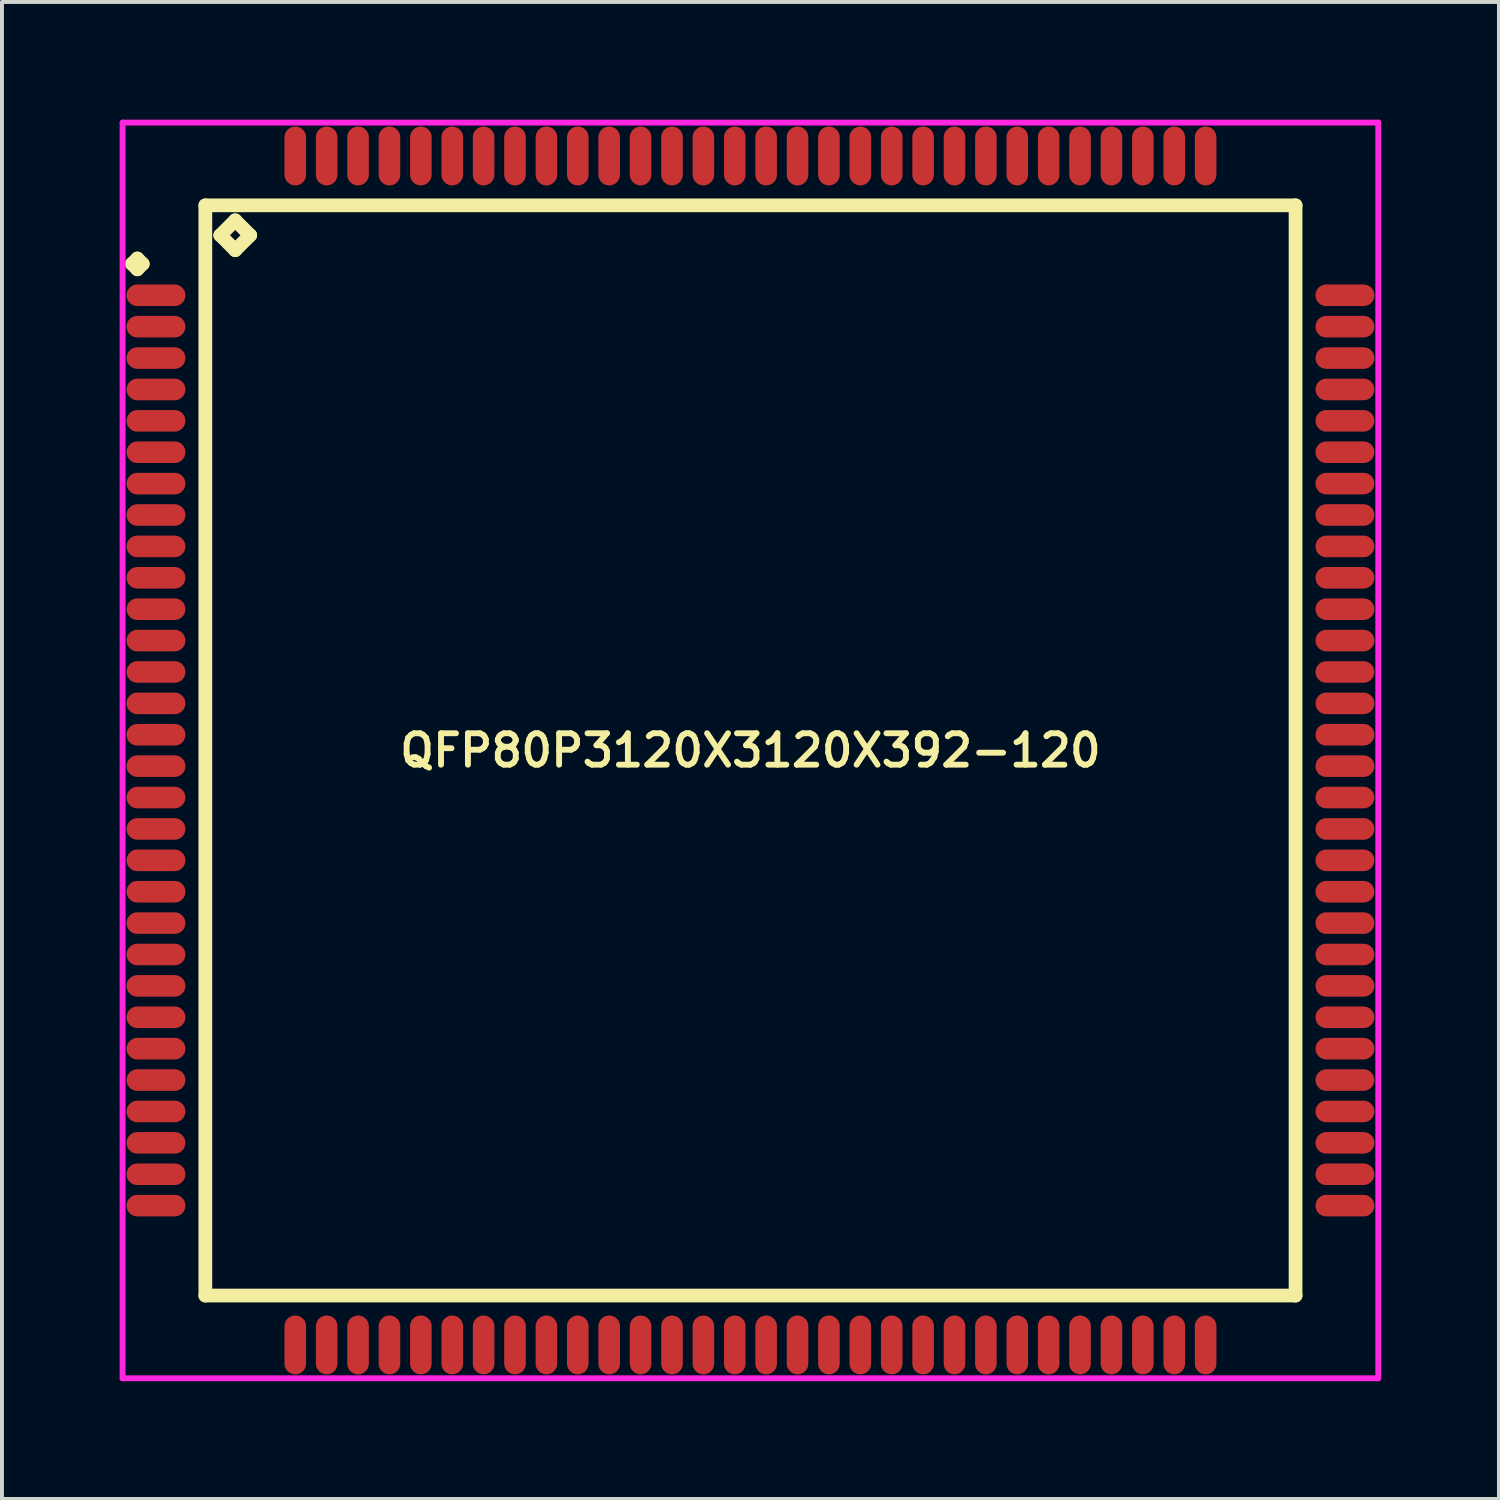
<source format=kicad_pcb>
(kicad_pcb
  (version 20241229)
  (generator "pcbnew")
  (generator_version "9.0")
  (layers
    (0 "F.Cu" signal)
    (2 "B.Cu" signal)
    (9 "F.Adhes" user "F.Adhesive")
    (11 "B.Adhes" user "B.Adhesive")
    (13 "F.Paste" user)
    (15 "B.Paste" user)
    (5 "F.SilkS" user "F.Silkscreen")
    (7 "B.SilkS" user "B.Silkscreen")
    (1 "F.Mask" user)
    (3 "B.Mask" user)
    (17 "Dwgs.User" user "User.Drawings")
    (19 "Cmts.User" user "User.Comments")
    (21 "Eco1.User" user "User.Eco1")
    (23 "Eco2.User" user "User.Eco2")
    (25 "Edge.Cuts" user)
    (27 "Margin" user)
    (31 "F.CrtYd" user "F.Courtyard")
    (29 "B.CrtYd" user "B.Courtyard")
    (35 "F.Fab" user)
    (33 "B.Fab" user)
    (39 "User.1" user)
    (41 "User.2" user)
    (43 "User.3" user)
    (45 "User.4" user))
  (footprint "QFP80P3120X3120X392-120"
    (layer "F.Cu")
    (at 16.075 16.075)
    (property "Reference" "QFP80P3120X3120X392-120" (at 0 0 0) (layer "F.SilkS") (effects (font (size 0.8 0.8) (thickness 0.15))))
    (attr smd)
    (fp_line (start -15.762 -12.4) (end -15.625 -12.537) (stroke (width 0.35) (type solid)) (layer "F.SilkS"))
    (fp_line (start -15.625 -12.537) (end -15.488 -12.4) (stroke (width 0.35) (type solid)) (layer "F.SilkS"))
    (fp_line (start -15.625 -12.262) (end -15.762 -12.4) (stroke (width 0.35) (type solid)) (layer "F.SilkS"))
    (fp_line (start -15.488 -12.4) (end -15.625 -12.262) (stroke (width 0.35) (type solid)) (layer "F.SilkS"))
    (fp_line (start -13.892 -13.892) (end -13.892 13.892) (stroke (width 0.35) (type solid)) (layer "F.SilkS"))
    (fp_line (start -13.892 13.892) (end 13.892 13.892) (stroke (width 0.35) (type solid)) (layer "F.SilkS"))
    (fp_line (start -13.511 -13.13) (end -13.13 -13.511) (stroke (width 0.35) (type solid)) (layer "F.SilkS"))
    (fp_line (start -13.13 -13.511) (end -12.749 -13.13) (stroke (width 0.35) (type solid)) (layer "F.SilkS"))
    (fp_line (start -13.13 -12.749) (end -13.511 -13.13) (stroke (width 0.35) (type solid)) (layer "F.SilkS"))
    (fp_line (start -12.749 -13.13) (end -13.13 -12.749) (stroke (width 0.35) (type solid)) (layer "F.SilkS"))
    (fp_line (start 13.892 -13.892) (end -13.892 -13.892) (stroke (width 0.35) (type solid)) (layer "F.SilkS"))
    (fp_line (start 13.892 13.892) (end 13.892 -13.892) (stroke (width 0.35) (type solid)) (layer "F.SilkS"))
    (fp_line (start -16 -16) (end 16 -16) (stroke (width 0.15) (type solid)) (layer "F.CrtYd"))
    (fp_line (start -16 16) (end -16 -16) (stroke (width 0.15) (type solid)) (layer "F.CrtYd"))
    (fp_line (start 16 -16) (end 16 16) (stroke (width 0.15) (type solid)) (layer "F.CrtYd"))
    (fp_line (start 16 16) (end -16 16) (stroke (width 0.15) (type solid)) (layer "F.CrtYd"))
    (pad "1" smd oval (at -15.15 -11.6) (size 1.5 0.55) (layers "F.Cu" "F.Mask" "F.Paste"))
    (pad "2" smd oval (at -15.15 -10.8) (size 1.5 0.55) (layers "F.Cu" "F.Mask" "F.Paste"))
    (pad "3" smd oval (at -15.15 -10) (size 1.5 0.55) (layers "F.Cu" "F.Mask" "F.Paste"))
    (pad "4" smd oval (at -15.15 -9.2) (size 1.5 0.55) (layers "F.Cu" "F.Mask" "F.Paste"))
    (pad "5" smd oval (at -15.15 -8.4) (size 1.5 0.55) (layers "F.Cu" "F.Mask" "F.Paste"))
    (pad "6" smd oval (at -15.15 -7.6) (size 1.5 0.55) (layers "F.Cu" "F.Mask" "F.Paste"))
    (pad "7" smd oval (at -15.15 -6.8) (size 1.5 0.55) (layers "F.Cu" "F.Mask" "F.Paste"))
    (pad "8" smd oval (at -15.15 -6) (size 1.5 0.55) (layers "F.Cu" "F.Mask" "F.Paste"))
    (pad "9" smd oval (at -15.15 -5.2) (size 1.5 0.55) (layers "F.Cu" "F.Mask" "F.Paste"))
    (pad "10" smd oval (at -15.15 -4.4) (size 1.5 0.55) (layers "F.Cu" "F.Mask" "F.Paste"))
    (pad "11" smd oval (at -15.15 -3.6) (size 1.5 0.55) (layers "F.Cu" "F.Mask" "F.Paste"))
    (pad "12" smd oval (at -15.15 -2.8) (size 1.5 0.55) (layers "F.Cu" "F.Mask" "F.Paste"))
    (pad "13" smd oval (at -15.15 -2) (size 1.5 0.55) (layers "F.Cu" "F.Mask" "F.Paste"))
    (pad "14" smd oval (at -15.15 -1.2) (size 1.5 0.55) (layers "F.Cu" "F.Mask" "F.Paste"))
    (pad "15" smd oval (at -15.15 -0.4) (size 1.5 0.55) (layers "F.Cu" "F.Mask" "F.Paste"))
    (pad "16" smd oval (at -15.15 0.4) (size 1.5 0.55) (layers "F.Cu" "F.Mask" "F.Paste"))
    (pad "17" smd oval (at -15.15 1.2) (size 1.5 0.55) (layers "F.Cu" "F.Mask" "F.Paste"))
    (pad "18" smd oval (at -15.15 2) (size 1.5 0.55) (layers "F.Cu" "F.Mask" "F.Paste"))
    (pad "19" smd oval (at -15.15 2.8) (size 1.5 0.55) (layers "F.Cu" "F.Mask" "F.Paste"))
    (pad "20" smd oval (at -15.15 3.6) (size 1.5 0.55) (layers "F.Cu" "F.Mask" "F.Paste"))
    (pad "21" smd oval (at -15.15 4.4) (size 1.5 0.55) (layers "F.Cu" "F.Mask" "F.Paste"))
    (pad "22" smd oval (at -15.15 5.2) (size 1.5 0.55) (layers "F.Cu" "F.Mask" "F.Paste"))
    (pad "23" smd oval (at -15.15 6) (size 1.5 0.55) (layers "F.Cu" "F.Mask" "F.Paste"))
    (pad "24" smd oval (at -15.15 6.8) (size 1.5 0.55) (layers "F.Cu" "F.Mask" "F.Paste"))
    (pad "25" smd oval (at -15.15 7.6) (size 1.5 0.55) (layers "F.Cu" "F.Mask" "F.Paste"))
    (pad "26" smd oval (at -15.15 8.4) (size 1.5 0.55) (layers "F.Cu" "F.Mask" "F.Paste"))
    (pad "27" smd oval (at -15.15 9.2) (size 1.5 0.55) (layers "F.Cu" "F.Mask" "F.Paste"))
    (pad "28" smd oval (at -15.15 10) (size 1.5 0.55) (layers "F.Cu" "F.Mask" "F.Paste"))
    (pad "29" smd oval (at -15.15 10.8) (size 1.5 0.55) (layers "F.Cu" "F.Mask" "F.Paste"))
    (pad "30" smd oval (at -15.15 11.6) (size 1.5 0.55) (layers "F.Cu" "F.Mask" "F.Paste"))
    (pad "31" smd oval (at -11.6 15.15) (size 0.55 1.5) (layers "F.Cu" "F.Mask" "F.Paste"))
    (pad "32" smd oval (at -10.8 15.15) (size 0.55 1.5) (layers "F.Cu" "F.Mask" "F.Paste"))
    (pad "33" smd oval (at -10 15.15) (size 0.55 1.5) (layers "F.Cu" "F.Mask" "F.Paste"))
    (pad "34" smd oval (at -9.2 15.15) (size 0.55 1.5) (layers "F.Cu" "F.Mask" "F.Paste"))
    (pad "35" smd oval (at -8.4 15.15) (size 0.55 1.5) (layers "F.Cu" "F.Mask" "F.Paste"))
    (pad "36" smd oval (at -7.6 15.15) (size 0.55 1.5) (layers "F.Cu" "F.Mask" "F.Paste"))
    (pad "37" smd oval (at -6.8 15.15) (size 0.55 1.5) (layers "F.Cu" "F.Mask" "F.Paste"))
    (pad "38" smd oval (at -6 15.15) (size 0.55 1.5) (layers "F.Cu" "F.Mask" "F.Paste"))
    (pad "39" smd oval (at -5.2 15.15) (size 0.55 1.5) (layers "F.Cu" "F.Mask" "F.Paste"))
    (pad "40" smd oval (at -4.4 15.15) (size 0.55 1.5) (layers "F.Cu" "F.Mask" "F.Paste"))
    (pad "41" smd oval (at -3.6 15.15) (size 0.55 1.5) (layers "F.Cu" "F.Mask" "F.Paste"))
    (pad "42" smd oval (at -2.8 15.15) (size 0.55 1.5) (layers "F.Cu" "F.Mask" "F.Paste"))
    (pad "43" smd oval (at -2 15.15) (size 0.55 1.5) (layers "F.Cu" "F.Mask" "F.Paste"))
    (pad "44" smd oval (at -1.2 15.15) (size 0.55 1.5) (layers "F.Cu" "F.Mask" "F.Paste"))
    (pad "45" smd oval (at -0.4 15.15) (size 0.55 1.5) (layers "F.Cu" "F.Mask" "F.Paste"))
    (pad "46" smd oval (at 0.4 15.15) (size 0.55 1.5) (layers "F.Cu" "F.Mask" "F.Paste"))
    (pad "47" smd oval (at 1.2 15.15) (size 0.55 1.5) (layers "F.Cu" "F.Mask" "F.Paste"))
    (pad "48" smd oval (at 2 15.15) (size 0.55 1.5) (layers "F.Cu" "F.Mask" "F.Paste"))
    (pad "49" smd oval (at 2.8 15.15) (size 0.55 1.5) (layers "F.Cu" "F.Mask" "F.Paste"))
    (pad "50" smd oval (at 3.6 15.15) (size 0.55 1.5) (layers "F.Cu" "F.Mask" "F.Paste"))
    (pad "51" smd oval (at 4.4 15.15) (size 0.55 1.5) (layers "F.Cu" "F.Mask" "F.Paste"))
    (pad "52" smd oval (at 5.2 15.15) (size 0.55 1.5) (layers "F.Cu" "F.Mask" "F.Paste"))
    (pad "53" smd oval (at 6 15.15) (size 0.55 1.5) (layers "F.Cu" "F.Mask" "F.Paste"))
    (pad "54" smd oval (at 6.8 15.15) (size 0.55 1.5) (layers "F.Cu" "F.Mask" "F.Paste"))
    (pad "55" smd oval (at 7.6 15.15) (size 0.55 1.5) (layers "F.Cu" "F.Mask" "F.Paste"))
    (pad "56" smd oval (at 8.4 15.15) (size 0.55 1.5) (layers "F.Cu" "F.Mask" "F.Paste"))
    (pad "57" smd oval (at 9.2 15.15) (size 0.55 1.5) (layers "F.Cu" "F.Mask" "F.Paste"))
    (pad "58" smd oval (at 10 15.15) (size 0.55 1.5) (layers "F.Cu" "F.Mask" "F.Paste"))
    (pad "59" smd oval (at 10.8 15.15) (size 0.55 1.5) (layers "F.Cu" "F.Mask" "F.Paste"))
    (pad "60" smd oval (at 11.6 15.15) (size 0.55 1.5) (layers "F.Cu" "F.Mask" "F.Paste"))
    (pad "61" smd oval (at 15.15 11.6) (size 1.5 0.55) (layers "F.Cu" "F.Mask" "F.Paste"))
    (pad "62" smd oval (at 15.15 10.8) (size 1.5 0.55) (layers "F.Cu" "F.Mask" "F.Paste"))
    (pad "63" smd oval (at 15.15 10) (size 1.5 0.55) (layers "F.Cu" "F.Mask" "F.Paste"))
    (pad "64" smd oval (at 15.15 9.2) (size 1.5 0.55) (layers "F.Cu" "F.Mask" "F.Paste"))
    (pad "65" smd oval (at 15.15 8.4) (size 1.5 0.55) (layers "F.Cu" "F.Mask" "F.Paste"))
    (pad "66" smd oval (at 15.15 7.6) (size 1.5 0.55) (layers "F.Cu" "F.Mask" "F.Paste"))
    (pad "67" smd oval (at 15.15 6.8) (size 1.5 0.55) (layers "F.Cu" "F.Mask" "F.Paste"))
    (pad "68" smd oval (at 15.15 6) (size 1.5 0.55) (layers "F.Cu" "F.Mask" "F.Paste"))
    (pad "69" smd oval (at 15.15 5.2) (size 1.5 0.55) (layers "F.Cu" "F.Mask" "F.Paste"))
    (pad "70" smd oval (at 15.15 4.4) (size 1.5 0.55) (layers "F.Cu" "F.Mask" "F.Paste"))
    (pad "71" smd oval (at 15.15 3.6) (size 1.5 0.55) (layers "F.Cu" "F.Mask" "F.Paste"))
    (pad "72" smd oval (at 15.15 2.8) (size 1.5 0.55) (layers "F.Cu" "F.Mask" "F.Paste"))
    (pad "73" smd oval (at 15.15 2) (size 1.5 0.55) (layers "F.Cu" "F.Mask" "F.Paste"))
    (pad "74" smd oval (at 15.15 1.2) (size 1.5 0.55) (layers "F.Cu" "F.Mask" "F.Paste"))
    (pad "75" smd oval (at 15.15 0.4) (size 1.5 0.55) (layers "F.Cu" "F.Mask" "F.Paste"))
    (pad "76" smd oval (at 15.15 -0.4) (size 1.5 0.55) (layers "F.Cu" "F.Mask" "F.Paste"))
    (pad "77" smd oval (at 15.15 -1.2) (size 1.5 0.55) (layers "F.Cu" "F.Mask" "F.Paste"))
    (pad "78" smd oval (at 15.15 -2) (size 1.5 0.55) (layers "F.Cu" "F.Mask" "F.Paste"))
    (pad "79" smd oval (at 15.15 -2.8) (size 1.5 0.55) (layers "F.Cu" "F.Mask" "F.Paste"))
    (pad "80" smd oval (at 15.15 -3.6) (size 1.5 0.55) (layers "F.Cu" "F.Mask" "F.Paste"))
    (pad "81" smd oval (at 15.15 -4.4) (size 1.5 0.55) (layers "F.Cu" "F.Mask" "F.Paste"))
    (pad "82" smd oval (at 15.15 -5.2) (size 1.5 0.55) (layers "F.Cu" "F.Mask" "F.Paste"))
    (pad "83" smd oval (at 15.15 -6) (size 1.5 0.55) (layers "F.Cu" "F.Mask" "F.Paste"))
    (pad "84" smd oval (at 15.15 -6.8) (size 1.5 0.55) (layers "F.Cu" "F.Mask" "F.Paste"))
    (pad "85" smd oval (at 15.15 -7.6) (size 1.5 0.55) (layers "F.Cu" "F.Mask" "F.Paste"))
    (pad "86" smd oval (at 15.15 -8.4) (size 1.5 0.55) (layers "F.Cu" "F.Mask" "F.Paste"))
    (pad "87" smd oval (at 15.15 -9.2) (size 1.5 0.55) (layers "F.Cu" "F.Mask" "F.Paste"))
    (pad "88" smd oval (at 15.15 -10) (size 1.5 0.55) (layers "F.Cu" "F.Mask" "F.Paste"))
    (pad "89" smd oval (at 15.15 -10.8) (size 1.5 0.55) (layers "F.Cu" "F.Mask" "F.Paste"))
    (pad "90" smd oval (at 15.15 -11.6) (size 1.5 0.55) (layers "F.Cu" "F.Mask" "F.Paste"))
    (pad "91" smd oval (at 11.6 -15.15) (size 0.55 1.5) (layers "F.Cu" "F.Mask" "F.Paste"))
    (pad "92" smd oval (at 10.8 -15.15) (size 0.55 1.5) (layers "F.Cu" "F.Mask" "F.Paste"))
    (pad "93" smd oval (at 10 -15.15) (size 0.55 1.5) (layers "F.Cu" "F.Mask" "F.Paste"))
    (pad "94" smd oval (at 9.2 -15.15) (size 0.55 1.5) (layers "F.Cu" "F.Mask" "F.Paste"))
    (pad "95" smd oval (at 8.4 -15.15) (size 0.55 1.5) (layers "F.Cu" "F.Mask" "F.Paste"))
    (pad "96" smd oval (at 7.6 -15.15) (size 0.55 1.5) (layers "F.Cu" "F.Mask" "F.Paste"))
    (pad "97" smd oval (at 6.8 -15.15) (size 0.55 1.5) (layers "F.Cu" "F.Mask" "F.Paste"))
    (pad "98" smd oval (at 6 -15.15) (size 0.55 1.5) (layers "F.Cu" "F.Mask" "F.Paste"))
    (pad "99" smd oval (at 5.2 -15.15) (size 0.55 1.5) (layers "F.Cu" "F.Mask" "F.Paste"))
    (pad "100" smd oval (at 4.4 -15.15) (size 0.55 1.5) (layers "F.Cu" "F.Mask" "F.Paste"))
    (pad "101" smd oval (at 3.6 -15.15) (size 0.55 1.5) (layers "F.Cu" "F.Mask" "F.Paste"))
    (pad "102" smd oval (at 2.8 -15.15) (size 0.55 1.5) (layers "F.Cu" "F.Mask" "F.Paste"))
    (pad "103" smd oval (at 2 -15.15) (size 0.55 1.5) (layers "F.Cu" "F.Mask" "F.Paste"))
    (pad "104" smd oval (at 1.2 -15.15) (size 0.55 1.5) (layers "F.Cu" "F.Mask" "F.Paste"))
    (pad "105" smd oval (at 0.4 -15.15) (size 0.55 1.5) (layers "F.Cu" "F.Mask" "F.Paste"))
    (pad "106" smd oval (at -0.4 -15.15) (size 0.55 1.5) (layers "F.Cu" "F.Mask" "F.Paste"))
    (pad "107" smd oval (at -1.2 -15.15) (size 0.55 1.5) (layers "F.Cu" "F.Mask" "F.Paste"))
    (pad "108" smd oval (at -2 -15.15) (size 0.55 1.5) (layers "F.Cu" "F.Mask" "F.Paste"))
    (pad "109" smd oval (at -2.8 -15.15) (size 0.55 1.5) (layers "F.Cu" "F.Mask" "F.Paste"))
    (pad "110" smd oval (at -3.6 -15.15) (size 0.55 1.5) (layers "F.Cu" "F.Mask" "F.Paste"))
    (pad "111" smd oval (at -4.4 -15.15) (size 0.55 1.5) (layers "F.Cu" "F.Mask" "F.Paste"))
    (pad "112" smd oval (at -5.2 -15.15) (size 0.55 1.5) (layers "F.Cu" "F.Mask" "F.Paste"))
    (pad "113" smd oval (at -6 -15.15) (size 0.55 1.5) (layers "F.Cu" "F.Mask" "F.Paste"))
    (pad "114" smd oval (at -6.8 -15.15) (size 0.55 1.5) (layers "F.Cu" "F.Mask" "F.Paste"))
    (pad "115" smd oval (at -7.6 -15.15) (size 0.55 1.5) (layers "F.Cu" "F.Mask" "F.Paste"))
    (pad "116" smd oval (at -8.4 -15.15) (size 0.55 1.5) (layers "F.Cu" "F.Mask" "F.Paste"))
    (pad "117" smd oval (at -9.2 -15.15) (size 0.55 1.5) (layers "F.Cu" "F.Mask" "F.Paste"))
    (pad "118" smd oval (at -10 -15.15) (size 0.55 1.5) (layers "F.Cu" "F.Mask" "F.Paste"))
    (pad "119" smd oval (at -10.8 -15.15) (size 0.55 1.5) (layers "F.Cu" "F.Mask" "F.Paste"))
    (pad "120" smd oval (at -11.6 -15.15) (size 0.55 1.5) (layers "F.Cu" "F.Mask" "F.Paste")))
  (gr_rect
    (start -3 -3)
    (end 35.15 35.15)
    (stroke (width 0.1) (type default))
    (fill no)
    (layer "Edge.Cuts")))
</source>
